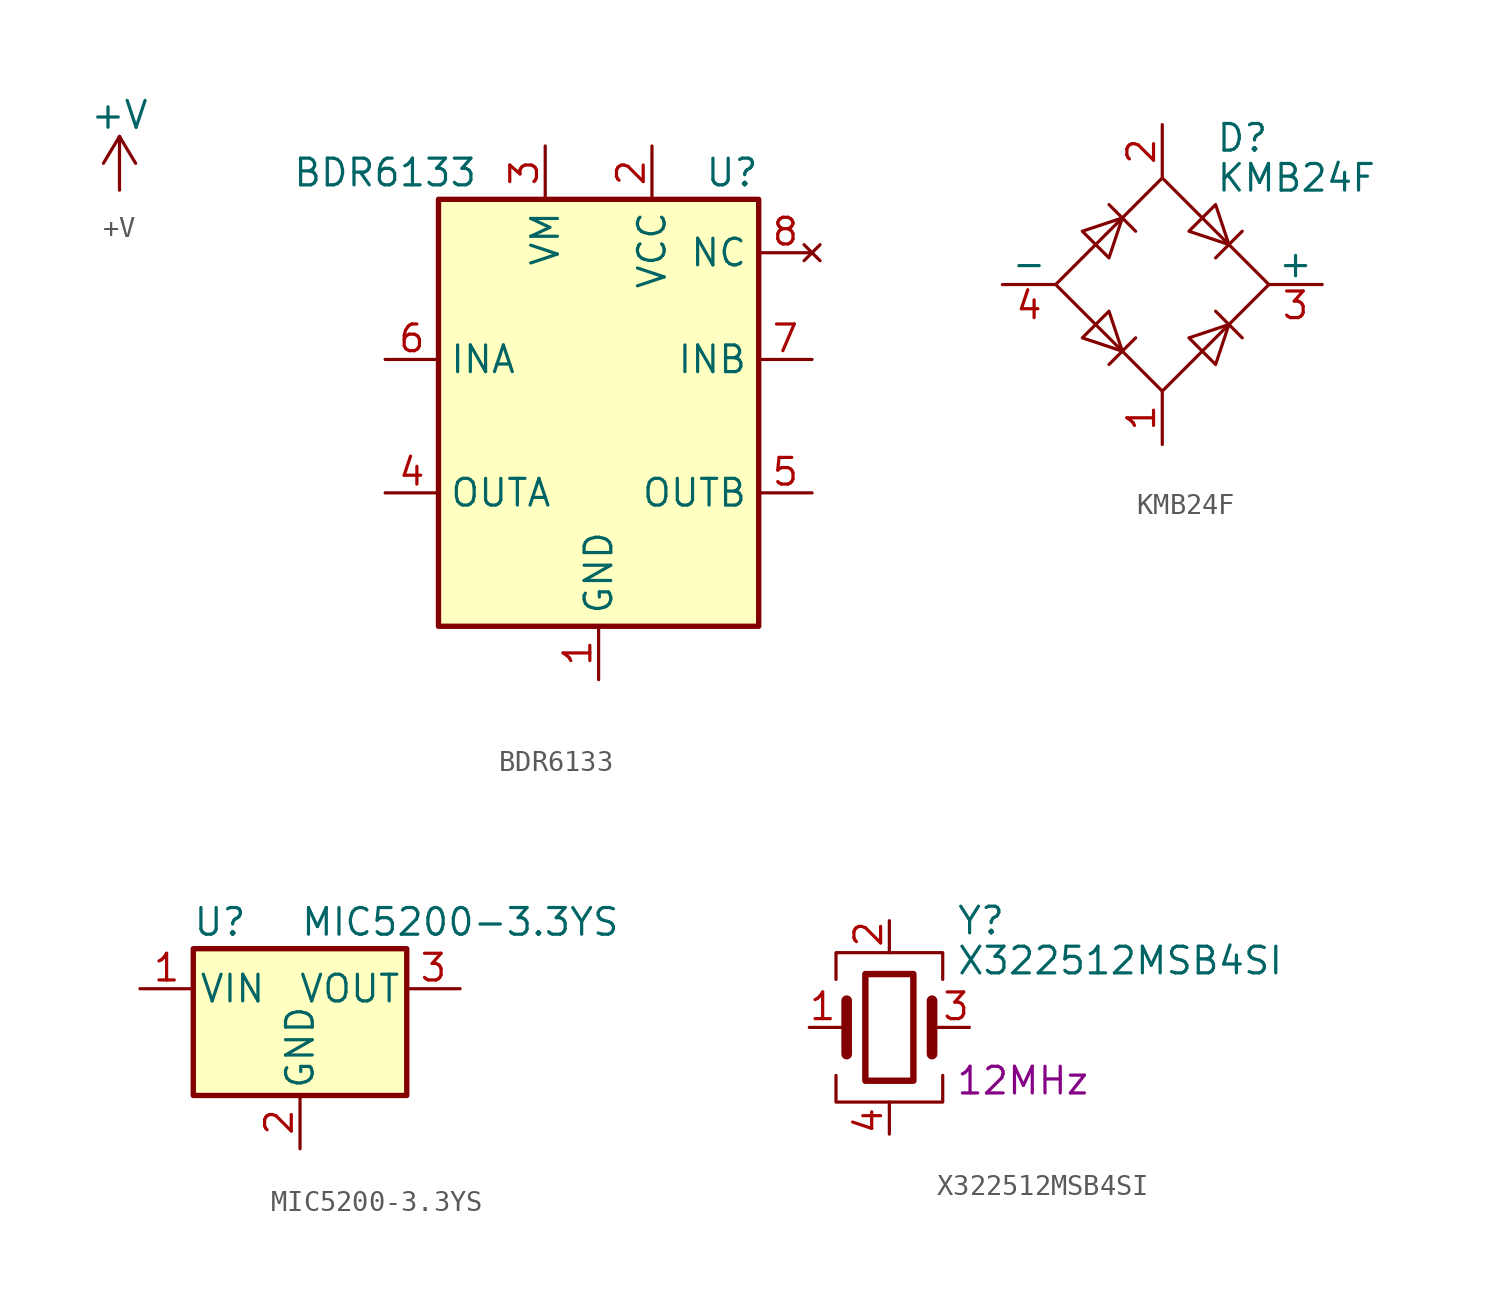
<source format=kicad_sym>
(kicad_symbol_lib
  (version 20231120)
  (generator "kicad_symbol_editor")
  (generator_version "8.0")
  (symbol "+V"
    (power)
    (pin_names
      (offset 0))
    (property "Reference" "#PWR"
      (at 0 -3.81 0)
      (effects (font (size 1.27 1.27)) (hide yes)))
    (property "Value" "+V"
      (at 0 3.556 0)
      (effects (font (size 1.27 1.27))))
    (symbol "+V_0_1"
      (polyline (pts (xy -0.762 1.27) (xy 0 2.54)) (stroke (width 0) (type default)) (fill (type none)))
      (polyline (pts (xy 0 0) (xy 0 2.54)) (stroke (width 0) (type default)) (fill (type none)))
      (polyline (pts (xy 0 2.54) (xy 0.762 1.27)) (stroke (width 0) (type default)) (fill (type none))))
    (symbol "+V_1_1"
      (pin power_in line (at 0 0 90) (length 0) hide (name "+V" (effects (font (size 1.27 1.27)))) (number "1" (effects (font (size 1.27 1.27)))))))
  (symbol "BDR6133"
    (property "Reference" "U"
      (at 6.35 11.43 0)
      (effects (font (size 1.27 1.27))))
    (property "Value" "BDR6133"
      (at -10.16 11.43 0)
      (effects (font (size 1.27 1.27))))
    (symbol "BDR6133_0_1"
      (rectangle (start -7.62 10.16) (end 7.62 -10.16) (stroke (width 0.254) (type default)) (fill (type background))))
    (symbol "BDR6133_1_1"
      (pin power_in line (at 0 -12.7 90) (length 2.54) (name "GND" (effects (font (size 1.27 1.27)))) (number "1" (effects (font (size 1.27 1.27)))))
      (pin power_in line (at 2.54 12.7 270) (length 2.54) (name "VCC" (effects (font (size 1.27 1.27)))) (number "2" (effects (font (size 1.27 1.27)))))
      (pin power_in line (at -2.54 12.7 270) (length 2.54) (name "VM" (effects (font (size 1.27 1.27)))) (number "3" (effects (font (size 1.27 1.27)))))
      (pin output line (at -10.16 -3.81 0) (length 2.54) (name "OUTA" (effects (font (size 1.27 1.27)))) (number "4" (effects (font (size 1.27 1.27)))))
      (pin output line (at 10.16 -3.81 180) (length 2.54) (name "OUTB" (effects (font (size 1.27 1.27)))) (number "5" (effects (font (size 1.27 1.27)))))
      (pin input line (at -10.16 2.54 0) (length 2.54) (name "INA" (effects (font (size 1.27 1.27)))) (number "6" (effects (font (size 1.27 1.27)))))
      (pin input line (at 10.16 2.54 180) (length 2.54) (name "INB" (effects (font (size 1.27 1.27)))) (number "7" (effects (font (size 1.27 1.27)))))
      (pin no_connect line (at 10.16 7.62 180) (length 2.54) (name "NC" (effects (font (size 1.27 1.27)))) (number "8" (effects (font (size 1.27 1.27)))))
      (pin passive line (at 0 -12.7 90) (length 2.54) hide (name "GND" (effects (font (size 1.27 1.27)))) (number "9" (effects (font (size 1.27 1.27)))))))
  (symbol "KMB24F"
    (pin_names
      (offset 0))
    (property "Reference" "D"
      (at 2.54 6.985 0)
      (effects (font (size 1.27 1.27)) (justify left)))
    (property "Value" "KMB24F"
      (at 2.54 5.08 0)
      (effects (font (size 1.27 1.27)) (justify left)))
    (symbol "KMB24F_0_1"
      (polyline (pts (xy -2.54 3.81) (xy -1.27 2.54)) (stroke (width 0) (type default)) (fill (type none)))
      (polyline (pts (xy -1.27 -2.54) (xy -2.54 -3.81)) (stroke (width 0) (type default)) (fill (type none)))
      (polyline (pts (xy 2.54 -1.27) (xy 3.81 -2.54)) (stroke (width 0) (type default)) (fill (type none)))
      (polyline (pts (xy 2.54 1.27) (xy 3.81 2.54)) (stroke (width 0) (type default)) (fill (type none)))
      (polyline (pts (xy -3.81 2.54) (xy -2.54 1.27) (xy -1.905 3.175) (xy -3.81 2.54)) (stroke (width 0) (type default)) (fill (type none)))
      (polyline (pts (xy -2.54 -1.27) (xy -3.81 -2.54) (xy -1.905 -3.175) (xy -2.54 -1.27)) (stroke (width 0) (type default)) (fill (type none)))
      (polyline (pts (xy 1.27 2.54) (xy 2.54 3.81) (xy 3.175 1.905) (xy 1.27 2.54)) (stroke (width 0) (type default)) (fill (type none)))
      (polyline (pts (xy 3.175 -1.905) (xy 1.27 -2.54) (xy 2.54 -3.81) (xy 3.175 -1.905)) (stroke (width 0) (type default)) (fill (type none)))
      (polyline (pts (xy -5.08 0) (xy 0 -5.08) (xy 5.08 0) (xy 0 5.08) (xy -5.08 0)) (stroke (width 0) (type default)) (fill (type none))))
    (symbol "KMB24F_1_1"
      (pin power_in line (at 0 -7.62 90) (length 2.54) (name "~" (effects (font (size 1.27 1.27)))) (number "1" (effects (font (size 1.27 1.27)))))
      (pin power_in line (at 0 7.62 270) (length 2.54) (name "~" (effects (font (size 1.27 1.27)))) (number "2" (effects (font (size 1.27 1.27)))))
      (pin power_out line (at 7.62 0 180) (length 2.54) (name "+" (effects (font (size 1.27 1.27)))) (number "3" (effects (font (size 1.27 1.27)))))
      (pin power_out line (at -7.62 0 0) (length 2.54) (name "-" (effects (font (size 1.27 1.27)))) (number "4" (effects (font (size 1.27 1.27)))))))
  (symbol "MIC5200-3.3YS"
    (pin_names
      (offset 0.254))
    (property "Reference" "U"
      (at -3.81 3.175 0)
      (effects (font (size 1.27 1.27))))
    (property "Value" "MIC5200-3.3YS"
      (at 0 3.175 0)
      (effects (font (size 1.27 1.27)) (justify left)))
    (symbol "MIC5200-3.3YS_0_1"
      (rectangle (start -5.08 1.905) (end 5.08 -5.08) (stroke (width 0.254) (type default)) (fill (type background))))
    (symbol "MIC5200-3.3YS_1_1"
      (pin power_in line (at -7.62 0 0) (length 2.54) (name "VIN" (effects (font (size 1.27 1.27)))) (number "1" (effects (font (size 1.27 1.27)))))
      (pin power_in line (at 0 -7.62 90) (length 2.54) (name "GND" (effects (font (size 1.27 1.27)))) (number "2" (effects (font (size 1.27 1.27)))))
      (pin power_out line (at 7.62 0 180) (length 2.54) (name "VOUT" (effects (font (size 1.27 1.27)))) (number "3" (effects (font (size 1.27 1.27)))))
      (pin power_in line (at 2.54 -7.62 90) (length 2.54) hide (name "GND" (effects (font (size 1.27 1.27)))) (number "4" (effects (font (size 1.27 1.27)))))))
  (symbol "X322512MSB4SI"
    (pin_names
      (offset 1.016) hide)
    (property "Reference" "Y"
      (at 3.175 5.08 0)
      (effects (font (size 1.27 1.27)) (justify left)))
    (property "Value" "X322512MSB4SI"
      (at 3.175 3.175 0)
      (effects (font (size 1.27 1.27)) (justify left)))
    (property "Frequency" "12MHz"
      (at 6.35 -2.54 0)
      (effects (font (size 1.27 1.27))))
    (symbol "X322512MSB4SI_0_1"
      (rectangle (start -1.143 2.54) (end 1.143 -2.54) (stroke (width 0.305) (type default)) (fill (type none)))
      (polyline (pts (xy -2.54 0) (xy -2.032 0)) (stroke (width 0) (type default)) (fill (type none)))
      (polyline (pts (xy -2.032 -1.27) (xy -2.032 1.27)) (stroke (width 0.508) (type default)) (fill (type none)))
      (polyline (pts (xy 0 -3.81) (xy 0 -3.556)) (stroke (width 0) (type default)) (fill (type none)))
      (polyline (pts (xy 0 3.556) (xy 0 3.81)) (stroke (width 0) (type default)) (fill (type none)))
      (polyline (pts (xy 2.032 -1.27) (xy 2.032 1.27)) (stroke (width 0.508) (type default)) (fill (type none)))
      (polyline (pts (xy 2.032 0) (xy 2.54 0)) (stroke (width 0) (type default)) (fill (type none)))
      (polyline (pts (xy -2.54 -2.286) (xy -2.54 -3.556) (xy 2.54 -3.556) (xy 2.54 -2.286)) (stroke (width 0) (type default)) (fill (type none)))
      (polyline (pts (xy -2.54 2.286) (xy -2.54 3.556) (xy 2.54 3.556) (xy 2.54 2.286)) (stroke (width 0) (type default)) (fill (type none))))
    (symbol "X322512MSB4SI_1_1"
      (pin passive line (at -3.81 0 0) (length 1.27) (name "1" (effects (font (size 1.27 1.27)))) (number "1" (effects (font (size 1.27 1.27)))))
      (pin passive line (at 0 5.08 270) (length 1.27) (name "2" (effects (font (size 1.27 1.27)))) (number "2" (effects (font (size 1.27 1.27)))))
      (pin passive line (at 3.81 0 180) (length 1.27) (name "3" (effects (font (size 1.27 1.27)))) (number "3" (effects (font (size 1.27 1.27)))))
      (pin passive line (at 0 -5.08 90) (length 1.27) (name "4" (effects (font (size 1.27 1.27)))) (number "4" (effects (font (size 1.27 1.27))))))))
</source>
